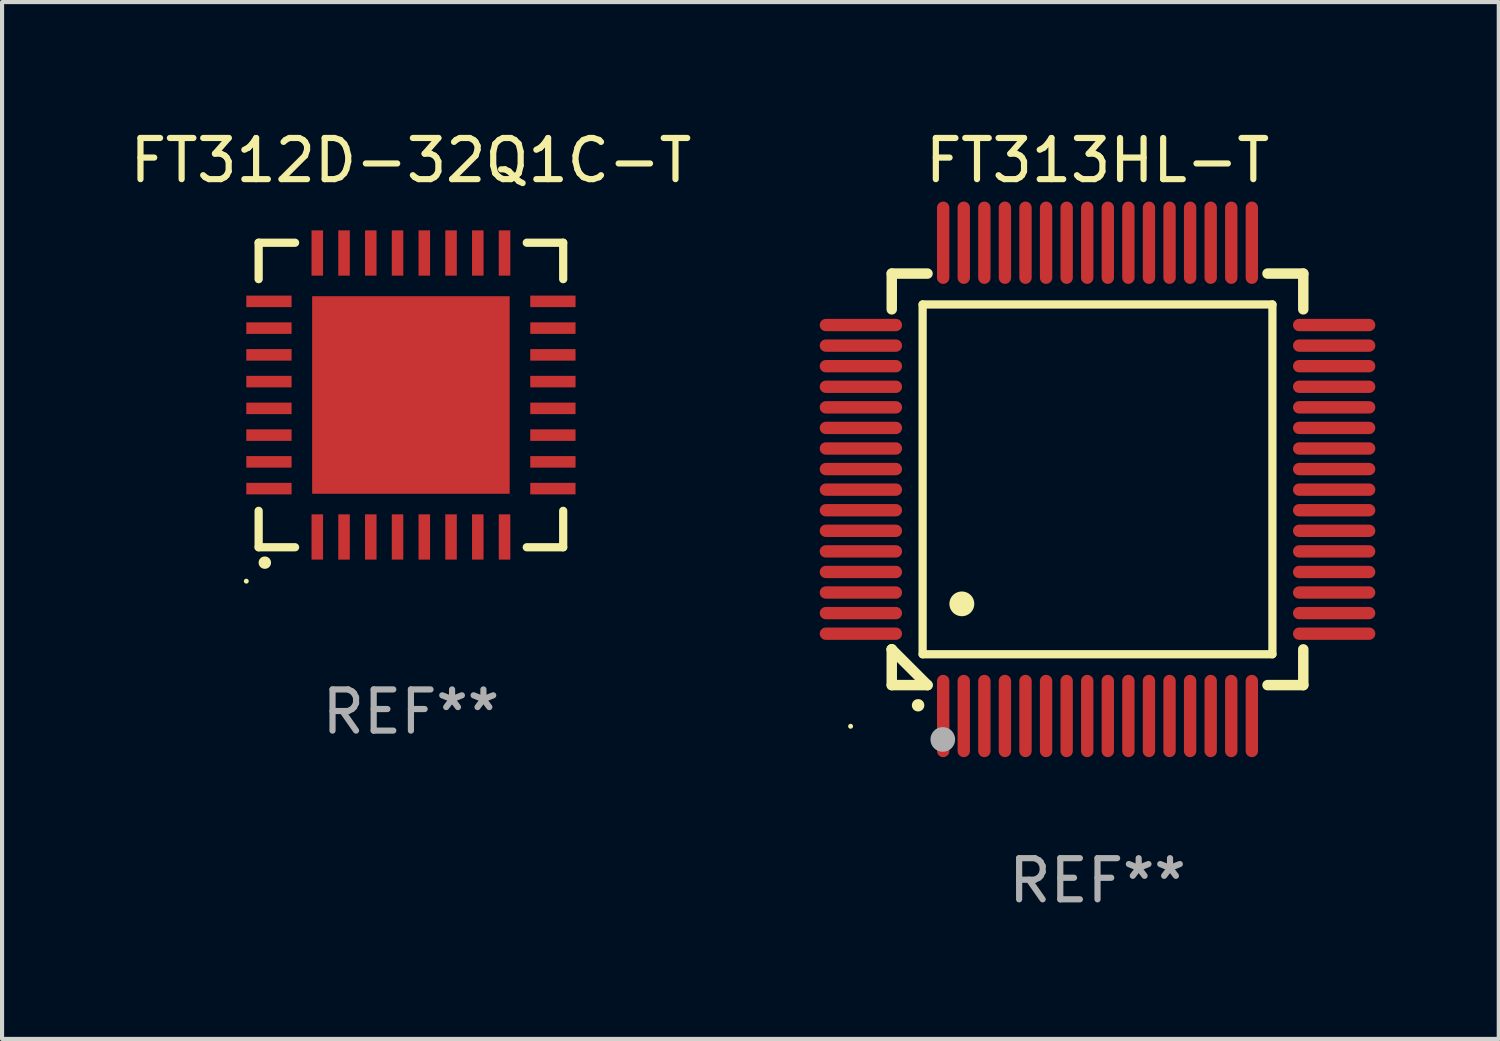
<source format=kicad_pcb>
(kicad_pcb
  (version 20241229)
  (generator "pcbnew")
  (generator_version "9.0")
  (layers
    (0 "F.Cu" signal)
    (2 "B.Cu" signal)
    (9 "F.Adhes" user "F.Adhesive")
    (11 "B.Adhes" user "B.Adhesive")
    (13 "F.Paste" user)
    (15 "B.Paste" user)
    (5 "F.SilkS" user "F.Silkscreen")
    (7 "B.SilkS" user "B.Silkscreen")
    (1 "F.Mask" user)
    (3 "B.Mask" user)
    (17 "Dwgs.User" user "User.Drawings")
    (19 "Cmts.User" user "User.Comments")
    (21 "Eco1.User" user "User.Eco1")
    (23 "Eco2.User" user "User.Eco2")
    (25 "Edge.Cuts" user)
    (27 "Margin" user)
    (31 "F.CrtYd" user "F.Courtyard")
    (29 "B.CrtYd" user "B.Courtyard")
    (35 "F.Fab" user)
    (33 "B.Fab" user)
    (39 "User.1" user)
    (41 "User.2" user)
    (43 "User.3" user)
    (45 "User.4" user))
  (footprint "FT312D-32Q1C-T"
    (layer "F.Cu")
    (at 6.935 6.548)
    (property "Reference" "FT312D-32Q1C-T" (at 0 -5.7 0) (layer "F.SilkS") (effects (font (size 1 1) (thickness 0.15))))
    (attr through_hole)
    (fp_line (start -3.7 -3.7) (end -2.815 -3.7) (stroke (width 0.2) (type solid)) (layer "F.SilkS"))
    (fp_line (start -3.7 -2.815) (end -3.7 -3.7) (stroke (width 0.2) (type solid)) (layer "F.SilkS"))
    (fp_line (start -3.7 3.7) (end -3.7 2.815) (stroke (width 0.2) (type solid)) (layer "F.SilkS"))
    (fp_line (start -2.815 3.7) (end -3.7 3.7) (stroke (width 0.2) (type solid)) (layer "F.SilkS"))
    (fp_line (start 2.815 3.7) (end 3.7 3.7) (stroke (width 0.2) (type solid)) (layer "F.SilkS"))
    (fp_line (start 3.7 -3.7) (end 2.815 -3.7) (stroke (width 0.2) (type solid)) (layer "F.SilkS"))
    (fp_line (start 3.7 -2.815) (end 3.7 -3.7) (stroke (width 0.2) (type solid)) (layer "F.SilkS"))
    (fp_line (start 3.7 3.7) (end 3.7 2.815) (stroke (width 0.2) (type solid)) (layer "F.SilkS"))
    (fp_arc (start -3.551308 4.074168) (mid -3.550038 4.074163) (end -3.548768 4.074168) (stroke (width 0.3) (type solid)) (layer "F.SilkS"))
    (fp_circle (center -4 4.524) (end -3.97 4.524) (stroke (width 0.06) (type solid)) (fill no) (layer "F.SilkS"))
    (fp_text user "REF**" (at 0 7.7 0) (layer "F.Fab") (effects (font (size 1 1) (thickness 0.15))))
    (pad "1" smd rect (at -2.275 3.45 180) (size 0.28 1.1) (layers "F.Cu" "F.Mask" "F.Paste"))
    (pad "2" smd rect (at -1.625 3.45 180) (size 0.28 1.1) (layers "F.Cu" "F.Mask" "F.Paste"))
    (pad "3" smd rect (at -0.975 3.45 180) (size 0.28 1.1) (layers "F.Cu" "F.Mask" "F.Paste"))
    (pad "4" smd rect (at -0.325 3.45 180) (size 0.28 1.1) (layers "F.Cu" "F.Mask" "F.Paste"))
    (pad "5" smd rect (at 0.325 3.45 180) (size 0.28 1.1) (layers "F.Cu" "F.Mask" "F.Paste"))
    (pad "6" smd rect (at 0.975 3.45 180) (size 0.28 1.1) (layers "F.Cu" "F.Mask" "F.Paste"))
    (pad "7" smd rect (at 1.625 3.45 180) (size 0.28 1.1) (layers "F.Cu" "F.Mask" "F.Paste"))
    (pad "8" smd rect (at 2.275 3.45 180) (size 0.28 1.1) (layers "F.Cu" "F.Mask" "F.Paste"))
    (pad "9" smd rect (at 3.45 2.275 90) (size 0.28 1.1) (layers "F.Cu" "F.Mask" "F.Paste"))
    (pad "10" smd rect (at 3.45 1.625 90) (size 0.28 1.1) (layers "F.Cu" "F.Mask" "F.Paste"))
    (pad "11" smd rect (at 3.45 0.975 90) (size 0.28 1.1) (layers "F.Cu" "F.Mask" "F.Paste"))
    (pad "12" smd rect (at 3.45 0.325 90) (size 0.28 1.1) (layers "F.Cu" "F.Mask" "F.Paste"))
    (pad "13" smd rect (at 3.45 -0.325 90) (size 0.28 1.1) (layers "F.Cu" "F.Mask" "F.Paste"))
    (pad "14" smd rect (at 3.45 -0.975 90) (size 0.28 1.1) (layers "F.Cu" "F.Mask" "F.Paste"))
    (pad "15" smd rect (at 3.45 -1.625 90) (size 0.28 1.1) (layers "F.Cu" "F.Mask" "F.Paste"))
    (pad "16" smd rect (at 3.45 -2.275 90) (size 0.28 1.1) (layers "F.Cu" "F.Mask" "F.Paste"))
    (pad "17" smd rect (at 2.275 -3.45 180) (size 0.28 1.1) (layers "F.Cu" "F.Mask" "F.Paste"))
    (pad "18" smd rect (at 1.625 -3.45 180) (size 0.28 1.1) (layers "F.Cu" "F.Mask" "F.Paste"))
    (pad "19" smd rect (at 0.975 -3.45 180) (size 0.28 1.1) (layers "F.Cu" "F.Mask" "F.Paste"))
    (pad "20" smd rect (at 0.325 -3.45 180) (size 0.28 1.1) (layers "F.Cu" "F.Mask" "F.Paste"))
    (pad "21" smd rect (at -0.325 -3.45 180) (size 0.28 1.1) (layers "F.Cu" "F.Mask" "F.Paste"))
    (pad "22" smd rect (at -0.975 -3.45 180) (size 0.28 1.1) (layers "F.Cu" "F.Mask" "F.Paste"))
    (pad "23" smd rect (at -1.625 -3.45 180) (size 0.28 1.1) (layers "F.Cu" "F.Mask" "F.Paste"))
    (pad "24" smd rect (at -2.275 -3.45 180) (size 0.28 1.1) (layers "F.Cu" "F.Mask" "F.Paste"))
    (pad "25" smd rect (at -3.45 -2.275 90) (size 0.28 1.1) (layers "F.Cu" "F.Mask" "F.Paste"))
    (pad "26" smd rect (at -3.45 -1.625 90) (size 0.28 1.1) (layers "F.Cu" "F.Mask" "F.Paste"))
    (pad "27" smd rect (at -3.45 -0.975 90) (size 0.28 1.1) (layers "F.Cu" "F.Mask" "F.Paste"))
    (pad "28" smd rect (at -3.45 -0.325 90) (size 0.28 1.1) (layers "F.Cu" "F.Mask" "F.Paste"))
    (pad "29" smd rect (at -3.45 0.325 90) (size 0.28 1.1) (layers "F.Cu" "F.Mask" "F.Paste"))
    (pad "30" smd rect (at -3.45 0.975 90) (size 0.28 1.1) (layers "F.Cu" "F.Mask" "F.Paste"))
    (pad "31" smd rect (at -3.45 1.625 90) (size 0.28 1.1) (layers "F.Cu" "F.Mask" "F.Paste"))
    (pad "32" smd rect (at -3.45 2.275 90) (size 0.28 1.1) (layers "F.Cu" "F.Mask" "F.Paste"))
    (pad "33" smd rect (at 0 0 90) (size 4.8 4.8) (layers "F.Cu" "F.Mask" "F.Paste")))
  (footprint "FT313HL-T"
    (layer "F.Cu")
    (at 23.619 8.598)
    (property "Reference" "FT313HL-T" (at 0 -7.75 0) (layer "F.SilkS") (effects (font (size 1 1) (thickness 0.15))))
    (attr through_hole)
    (fp_line (start -5 -5) (end -4.131 -5) (stroke (width 0.254) (type solid)) (layer "F.SilkS"))
    (fp_line (start -5 -4.131) (end -5 -5) (stroke (width 0.254) (type solid)) (layer "F.SilkS"))
    (fp_line (start -5 4.131) (end -5 4.131) (stroke (width 0.254) (type solid)) (layer "F.SilkS"))
    (fp_line (start -5 5) (end -5 4.131) (stroke (width 0.254) (type solid)) (layer "F.SilkS"))
    (fp_line (start -5 4.131) (end -4.131 5) (stroke (width 0.254) (type solid)) (layer "F.SilkS"))
    (fp_line (start -4.25 -4.25) (end -4.25 4.25) (stroke (width 0.2) (type solid)) (layer "F.SilkS"))
    (fp_line (start -4.25 4.25) (end 4.25 4.25) (stroke (width 0.2) (type solid)) (layer "F.SilkS"))
    (fp_line (start -4.131 5) (end -5 5) (stroke (width 0.254) (type solid)) (layer "F.SilkS"))
    (fp_line (start 4.25 -4.25) (end -4.25 -4.25) (stroke (width 0.2) (type solid)) (layer "F.SilkS"))
    (fp_line (start 4.25 4.25) (end 4.25 -4.25) (stroke (width 0.2) (type solid)) (layer "F.SilkS"))
    (fp_line (start 5 -5) (end 4.131 -5) (stroke (width 0.254) (type solid)) (layer "F.SilkS"))
    (fp_line (start 5 -5) (end 5 -4.131) (stroke (width 0.254) (type solid)) (layer "F.SilkS"))
    (fp_line (start 5 4.131) (end 5 5) (stroke (width 0.254) (type solid)) (layer "F.SilkS"))
    (fp_line (start 5 5) (end 4.131 5) (stroke (width 0.254) (type solid)) (layer "F.SilkS"))
    (fp_arc (start -4.361265 5.489992) (mid -4.359995 5.489987) (end -4.358725 5.489992) (stroke (width 0.3) (type solid)) (layer "F.SilkS"))
    (fp_arc (start -3.299467 3.025146) (mid -3.296927 3.025135) (end -3.294387 3.025146) (stroke (width 0.6) (type solid)) (layer "F.SilkS"))
    (fp_circle (center -6 6) (end -5.97 6) (stroke (width 0.06) (type solid)) (fill no) (layer "F.SilkS"))
    (fp_circle (center -3.76 6.32) (end -3.61 6.32) (stroke (width 0.3) (type solid)) (fill no) (layer "F.Fab"))
    (fp_text user "REF**" (at 0 9.75 0) (layer "F.Fab") (effects (font (size 1 1) (thickness 0.15))))
    (pad "1" smd oval (at -3.75 5.75) (size 0.3 2) (layers "F.Cu" "F.Mask" "F.Paste"))
    (pad "2" smd oval (at -3.25 5.75) (size 0.3 2) (layers "F.Cu" "F.Mask" "F.Paste"))
    (pad "3" smd oval (at -2.75 5.75) (size 0.3 2) (layers "F.Cu" "F.Mask" "F.Paste"))
    (pad "4" smd oval (at -2.25 5.75) (size 0.3 2) (layers "F.Cu" "F.Mask" "F.Paste"))
    (pad "5" smd oval (at -1.75 5.75) (size 0.3 2) (layers "F.Cu" "F.Mask" "F.Paste"))
    (pad "6" smd oval (at -1.25 5.75) (size 0.3 2) (layers "F.Cu" "F.Mask" "F.Paste"))
    (pad "7" smd oval (at -0.75 5.75) (size 0.3 2) (layers "F.Cu" "F.Mask" "F.Paste"))
    (pad "8" smd oval (at -0.25 5.75) (size 0.3 2) (layers "F.Cu" "F.Mask" "F.Paste"))
    (pad "9" smd oval (at 0.25 5.75) (size 0.3 2) (layers "F.Cu" "F.Mask" "F.Paste"))
    (pad "10" smd oval (at 0.75 5.75) (size 0.3 2) (layers "F.Cu" "F.Mask" "F.Paste"))
    (pad "11" smd oval (at 1.25 5.75) (size 0.3 2) (layers "F.Cu" "F.Mask" "F.Paste"))
    (pad "12" smd oval (at 1.75 5.75) (size 0.3 2) (layers "F.Cu" "F.Mask" "F.Paste"))
    (pad "13" smd oval (at 2.25 5.75) (size 0.3 2) (layers "F.Cu" "F.Mask" "F.Paste"))
    (pad "14" smd oval (at 2.75 5.75) (size 0.3 2) (layers "F.Cu" "F.Mask" "F.Paste"))
    (pad "15" smd oval (at 3.25 5.75) (size 0.3 2) (layers "F.Cu" "F.Mask" "F.Paste"))
    (pad "16" smd oval (at 3.75 5.75) (size 0.3 2) (layers "F.Cu" "F.Mask" "F.Paste"))
    (pad "17" smd oval (at 5.75 3.75) (size 2 0.3) (layers "F.Cu" "F.Mask" "F.Paste"))
    (pad "18" smd oval (at 5.75 3.25) (size 2 0.3) (layers "F.Cu" "F.Mask" "F.Paste"))
    (pad "19" smd oval (at 5.75 2.75) (size 2 0.3) (layers "F.Cu" "F.Mask" "F.Paste"))
    (pad "20" smd oval (at 5.75 2.25) (size 2 0.3) (layers "F.Cu" "F.Mask" "F.Paste"))
    (pad "21" smd oval (at 5.75 1.75) (size 2 0.3) (layers "F.Cu" "F.Mask" "F.Paste"))
    (pad "22" smd oval (at 5.75 1.25) (size 2 0.3) (layers "F.Cu" "F.Mask" "F.Paste"))
    (pad "23" smd oval (at 5.75 0.75) (size 2 0.3) (layers "F.Cu" "F.Mask" "F.Paste"))
    (pad "24" smd oval (at 5.75 0.25) (size 2 0.3) (layers "F.Cu" "F.Mask" "F.Paste"))
    (pad "25" smd oval (at 5.75 -0.25) (size 2 0.3) (layers "F.Cu" "F.Mask" "F.Paste"))
    (pad "26" smd oval (at 5.75 -0.75) (size 2 0.3) (layers "F.Cu" "F.Mask" "F.Paste"))
    (pad "27" smd oval (at 5.75 -1.25) (size 2 0.3) (layers "F.Cu" "F.Mask" "F.Paste"))
    (pad "28" smd oval (at 5.75 -1.75) (size 2 0.3) (layers "F.Cu" "F.Mask" "F.Paste"))
    (pad "29" smd oval (at 5.75 -2.25) (size 2 0.3) (layers "F.Cu" "F.Mask" "F.Paste"))
    (pad "30" smd oval (at 5.75 -2.75) (size 2 0.3) (layers "F.Cu" "F.Mask" "F.Paste"))
    (pad "31" smd oval (at 5.75 -3.25) (size 2 0.3) (layers "F.Cu" "F.Mask" "F.Paste"))
    (pad "32" smd oval (at 5.75 -3.75) (size 2 0.3) (layers "F.Cu" "F.Mask" "F.Paste"))
    (pad "33" smd oval (at 3.75 -5.75) (size 0.3 2) (layers "F.Cu" "F.Mask" "F.Paste"))
    (pad "34" smd oval (at 3.25 -5.75) (size 0.3 2) (layers "F.Cu" "F.Mask" "F.Paste"))
    (pad "35" smd oval (at 2.75 -5.75) (size 0.3 2) (layers "F.Cu" "F.Mask" "F.Paste"))
    (pad "36" smd oval (at 2.25 -5.75) (size 0.3 2) (layers "F.Cu" "F.Mask" "F.Paste"))
    (pad "37" smd oval (at 1.75 -5.75) (size 0.3 2) (layers "F.Cu" "F.Mask" "F.Paste"))
    (pad "38" smd oval (at 1.25 -5.75) (size 0.3 2) (layers "F.Cu" "F.Mask" "F.Paste"))
    (pad "39" smd oval (at 0.75 -5.75) (size 0.3 2) (layers "F.Cu" "F.Mask" "F.Paste"))
    (pad "40" smd oval (at 0.25 -5.75) (size 0.3 2) (layers "F.Cu" "F.Mask" "F.Paste"))
    (pad "41" smd oval (at -0.25 -5.75) (size 0.3 2) (layers "F.Cu" "F.Mask" "F.Paste"))
    (pad "42" smd oval (at -0.75 -5.75) (size 0.3 2) (layers "F.Cu" "F.Mask" "F.Paste"))
    (pad "43" smd oval (at -1.25 -5.75) (size 0.3 2) (layers "F.Cu" "F.Mask" "F.Paste"))
    (pad "44" smd oval (at -1.75 -5.75) (size 0.3 2) (layers "F.Cu" "F.Mask" "F.Paste"))
    (pad "45" smd oval (at -2.25 -5.75) (size 0.3 2) (layers "F.Cu" "F.Mask" "F.Paste"))
    (pad "46" smd oval (at -2.75 -5.75) (size 0.3 2) (layers "F.Cu" "F.Mask" "F.Paste"))
    (pad "47" smd oval (at -3.25 -5.75) (size 0.3 2) (layers "F.Cu" "F.Mask" "F.Paste"))
    (pad "48" smd oval (at -3.75 -5.75) (size 0.3 2) (layers "F.Cu" "F.Mask" "F.Paste"))
    (pad "49" smd oval (at -5.75 -3.75) (size 2 0.3) (layers "F.Cu" "F.Mask" "F.Paste"))
    (pad "50" smd oval (at -5.75 -3.25) (size 2 0.3) (layers "F.Cu" "F.Mask" "F.Paste"))
    (pad "51" smd oval (at -5.75 -2.75) (size 2 0.3) (layers "F.Cu" "F.Mask" "F.Paste"))
    (pad "52" smd oval (at -5.75 -2.25) (size 2 0.3) (layers "F.Cu" "F.Mask" "F.Paste"))
    (pad "53" smd oval (at -5.75 -1.75) (size 2 0.3) (layers "F.Cu" "F.Mask" "F.Paste"))
    (pad "54" smd oval (at -5.75 -1.25) (size 2 0.3) (layers "F.Cu" "F.Mask" "F.Paste"))
    (pad "55" smd oval (at -5.75 -0.75) (size 2 0.3) (layers "F.Cu" "F.Mask" "F.Paste"))
    (pad "56" smd oval (at -5.75 -0.25) (size 2 0.3) (layers "F.Cu" "F.Mask" "F.Paste"))
    (pad "57" smd oval (at -5.75 0.25) (size 2 0.3) (layers "F.Cu" "F.Mask" "F.Paste"))
    (pad "58" smd oval (at -5.75 0.75) (size 2 0.3) (layers "F.Cu" "F.Mask" "F.Paste"))
    (pad "59" smd oval (at -5.75 1.25) (size 2 0.3) (layers "F.Cu" "F.Mask" "F.Paste"))
    (pad "60" smd oval (at -5.75 1.75) (size 2 0.3) (layers "F.Cu" "F.Mask" "F.Paste"))
    (pad "61" smd oval (at -5.75 2.25) (size 2 0.3) (layers "F.Cu" "F.Mask" "F.Paste"))
    (pad "62" smd oval (at -5.75 2.75) (size 2 0.3) (layers "F.Cu" "F.Mask" "F.Paste"))
    (pad "63" smd oval (at -5.75 3.25) (size 2 0.3) (layers "F.Cu" "F.Mask" "F.Paste"))
    (pad "64" smd oval (at -5.75 3.75) (size 2 0.3) (layers "F.Cu" "F.Mask" "F.Paste")))
  (gr_rect
    (start -3 -3)
    (end 33.369 22.196)
    (stroke (width 0.1) (type default))
    (fill no)
    (layer "Edge.Cuts")))
</source>
